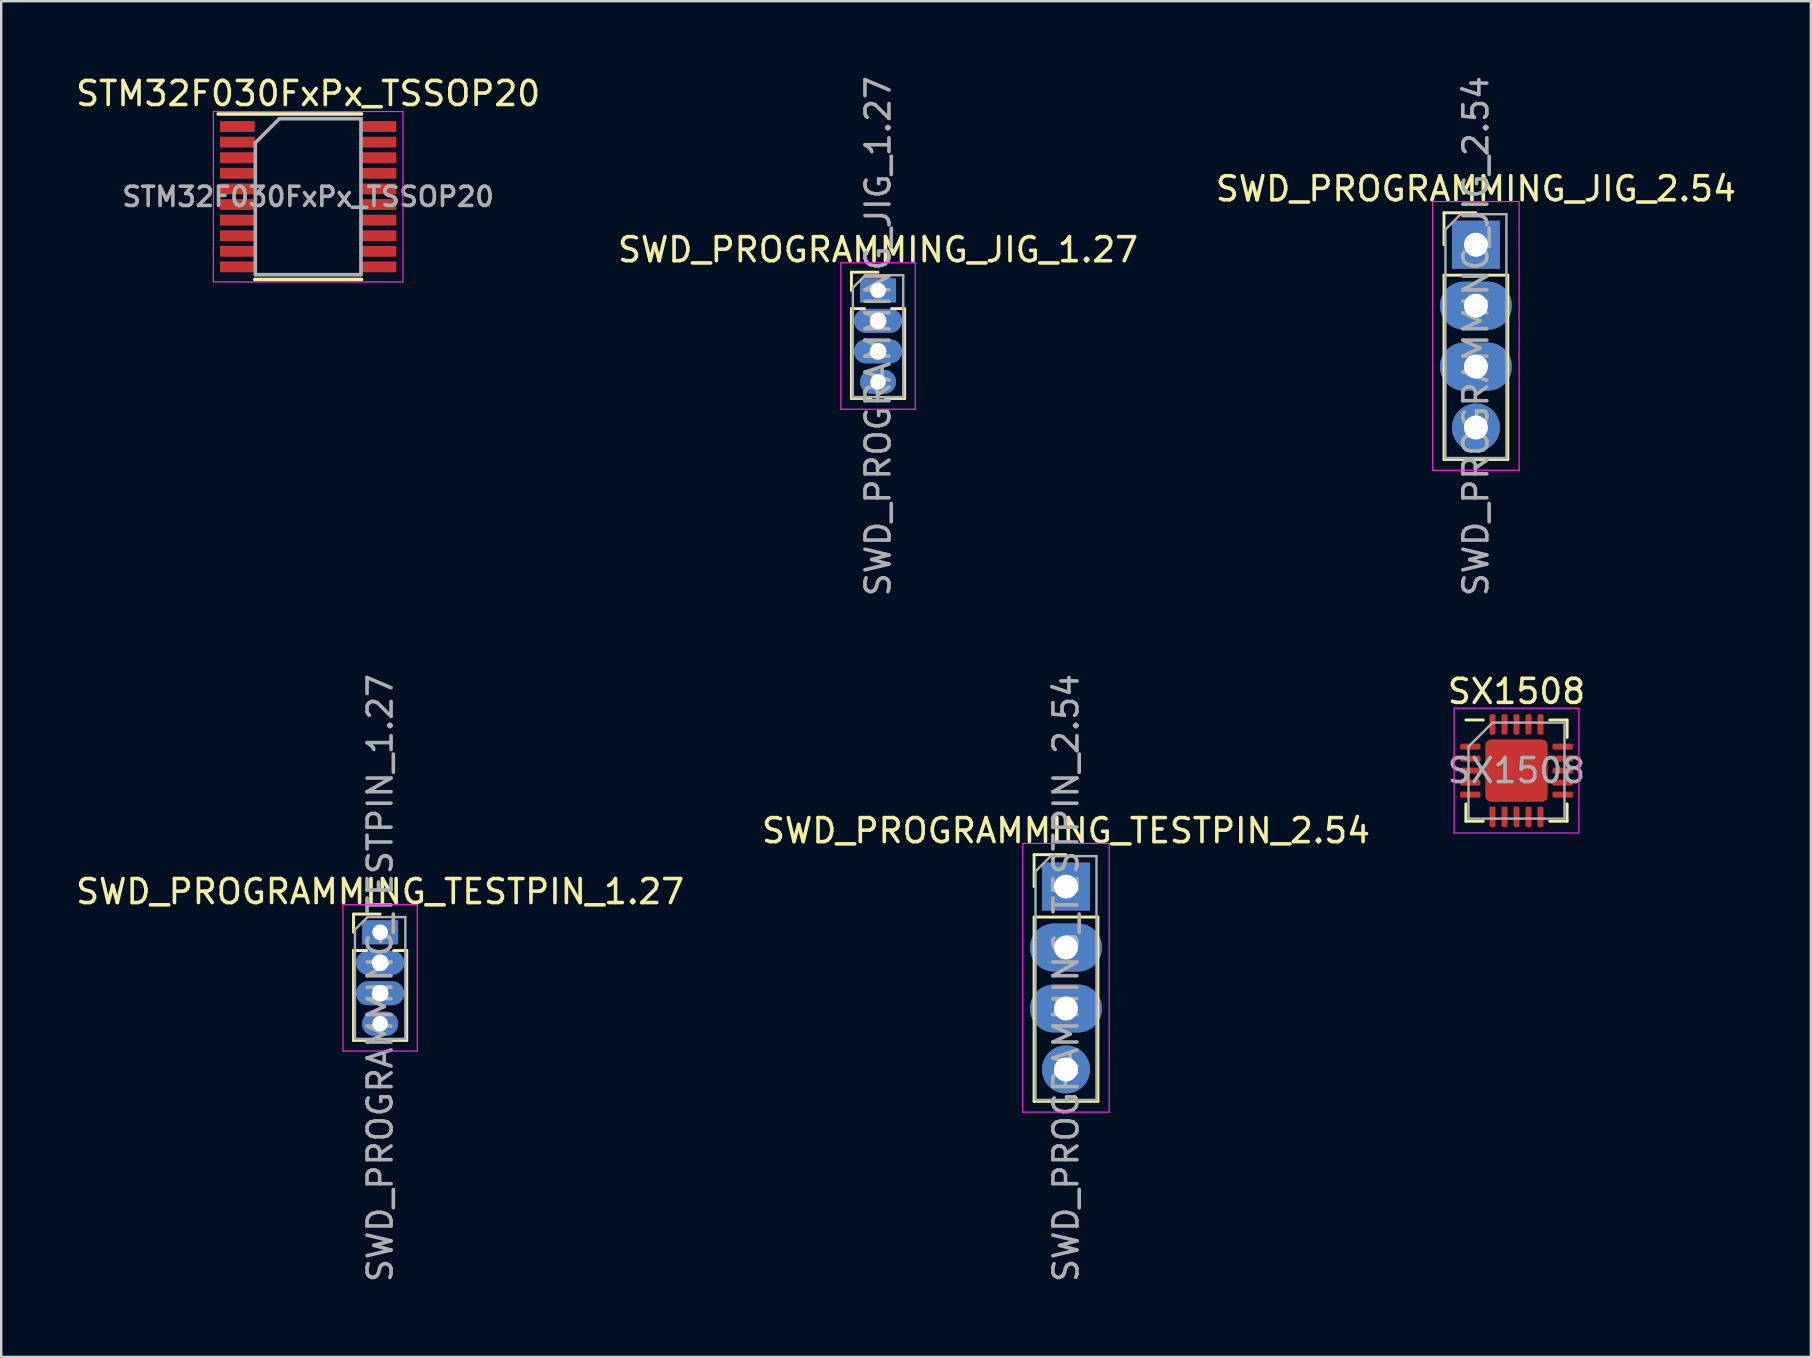
<source format=kicad_pcb>
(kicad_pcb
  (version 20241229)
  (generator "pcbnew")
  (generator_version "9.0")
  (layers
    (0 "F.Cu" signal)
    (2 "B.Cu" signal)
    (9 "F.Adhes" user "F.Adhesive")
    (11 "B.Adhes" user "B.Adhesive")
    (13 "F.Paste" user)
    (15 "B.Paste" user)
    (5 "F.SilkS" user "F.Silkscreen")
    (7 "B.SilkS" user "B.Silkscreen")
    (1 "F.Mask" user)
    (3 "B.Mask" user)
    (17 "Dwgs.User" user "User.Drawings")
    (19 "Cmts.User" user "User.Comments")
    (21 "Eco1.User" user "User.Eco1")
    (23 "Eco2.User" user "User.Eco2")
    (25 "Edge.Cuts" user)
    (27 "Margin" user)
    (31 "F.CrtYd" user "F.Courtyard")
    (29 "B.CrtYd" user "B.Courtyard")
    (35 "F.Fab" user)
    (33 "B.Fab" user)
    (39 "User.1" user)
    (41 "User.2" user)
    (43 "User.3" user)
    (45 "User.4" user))
  (footprint "SWD_PROGRAMMING_JIG_2.54"
    (layer "F.Cu")
    (at 58.458 7.148)
    (property "Reference" "SWD_PROGRAMMING_JIG_2.54" (at 0 -2.33 0) (layer "F.SilkS") (effects (font (size 1 1) (thickness 0.15))))
    (attr through_hole)
    (fp_line (start -1.33 -1.33) (end 0 -1.33) (stroke (width 0.12) (type solid)) (layer "F.SilkS"))
    (fp_line (start -1.33 0) (end -1.33 -1.33) (stroke (width 0.12) (type solid)) (layer "F.SilkS"))
    (fp_line (start -1.33 1.27) (end -1.33 8.95) (stroke (width 0.12) (type solid)) (layer "F.SilkS"))
    (fp_line (start -1.33 1.27) (end 1.33 1.27) (stroke (width 0.12) (type solid)) (layer "F.SilkS"))
    (fp_line (start -1.33 8.95) (end 1.33 8.95) (stroke (width 0.12) (type solid)) (layer "F.SilkS"))
    (fp_line (start 1.33 1.27) (end 1.33 8.95) (stroke (width 0.12) (type solid)) (layer "F.SilkS"))
    (fp_line (start -1.8 -1.8) (end -1.8 9.4) (stroke (width 0.05) (type solid)) (layer "F.CrtYd"))
    (fp_line (start -1.8 9.4) (end 1.8 9.4) (stroke (width 0.05) (type solid)) (layer "F.CrtYd"))
    (fp_line (start 1.8 -1.8) (end -1.8 -1.8) (stroke (width 0.05) (type solid)) (layer "F.CrtYd"))
    (fp_line (start 1.8 9.4) (end 1.8 -1.8) (stroke (width 0.05) (type solid)) (layer "F.CrtYd"))
    (fp_line (start -1.27 -0.635) (end -0.635 -1.27) (stroke (width 0.1) (type solid)) (layer "F.Fab"))
    (fp_line (start -1.27 8.89) (end -1.27 -0.635) (stroke (width 0.1) (type solid)) (layer "F.Fab"))
    (fp_line (start -0.635 -1.27) (end 1.27 -1.27) (stroke (width 0.1) (type solid)) (layer "F.Fab"))
    (fp_line (start 1.27 -1.27) (end 1.27 8.89) (stroke (width 0.1) (type solid)) (layer "F.Fab"))
    (fp_line (start 1.27 8.89) (end -1.27 8.89) (stroke (width 0.1) (type solid)) (layer "F.Fab"))
    (fp_text user "${REFERENCE}" (at 0 3.81 90) (layer "F.Fab") (effects (font (size 1 1) (thickness 0.15))))
    (pad "1" thru_hole rect (at 0 0) (size 2 2) (drill 1) (layers "*.Cu" "*.Mask"))
    (pad "2" thru_hole oval (at 0 2.54) (size 3 2) (drill 1) (layers "*.Cu" "*.Mask"))
    (pad "3" thru_hole oval (at 0 5.08) (size 3 2) (drill 1) (layers "*.Cu" "*.Mask"))
    (pad "4" thru_hole oval (at 0 7.62) (size 2 2) (drill 1) (layers "*.Cu" "*.Mask")))
  (footprint "SWD_PROGRAMMING_JIG_1.27"
    (layer "F.Cu")
    (at 33.542 9.053)
    (property "Reference" "SWD_PROGRAMMING_JIG_1.27" (at 0 -1.695 0) (layer "F.SilkS") (effects (font (size 1 1) (thickness 0.15))))
    (attr through_hole)
    (fp_line (start -1.11 -0.76) (end 0 -0.76) (stroke (width 0.12) (type solid)) (layer "F.SilkS"))
    (fp_line (start -1.11 0) (end -1.11 -0.76) (stroke (width 0.12) (type solid)) (layer "F.SilkS"))
    (fp_line (start -1.11 0.76) (end -1.11 4.505) (stroke (width 0.12) (type solid)) (layer "F.SilkS"))
    (fp_line (start -1.11 0.76) (end -0.563 0.76) (stroke (width 0.12) (type solid)) (layer "F.SilkS"))
    (fp_line (start -1.11 4.505) (end -0.308 4.505) (stroke (width 0.12) (type solid)) (layer "F.SilkS"))
    (fp_line (start 0.308 4.505) (end 1.11 4.505) (stroke (width 0.12) (type solid)) (layer "F.SilkS"))
    (fp_line (start 0.563 0.76) (end 1.11 0.76) (stroke (width 0.12) (type solid)) (layer "F.SilkS"))
    (fp_line (start 1.11 0.76) (end 1.11 4.505) (stroke (width 0.12) (type solid)) (layer "F.SilkS"))
    (fp_line (start -1.55 -1.15) (end -1.55 4.95) (stroke (width 0.05) (type solid)) (layer "F.CrtYd"))
    (fp_line (start -1.55 4.95) (end 1.55 4.95) (stroke (width 0.05) (type solid)) (layer "F.CrtYd"))
    (fp_line (start 1.55 -1.15) (end -1.55 -1.15) (stroke (width 0.05) (type solid)) (layer "F.CrtYd"))
    (fp_line (start 1.55 4.95) (end 1.55 -1.15) (stroke (width 0.05) (type solid)) (layer "F.CrtYd"))
    (fp_line (start -1.05 -0.11) (end -0.525 -0.635) (stroke (width 0.1) (type solid)) (layer "F.Fab"))
    (fp_line (start -1.05 4.445) (end -1.05 -0.11) (stroke (width 0.1) (type solid)) (layer "F.Fab"))
    (fp_line (start -0.525 -0.635) (end 1.05 -0.635) (stroke (width 0.1) (type solid)) (layer "F.Fab"))
    (fp_line (start 1.05 -0.635) (end 1.05 4.445) (stroke (width 0.1) (type solid)) (layer "F.Fab"))
    (fp_line (start 1.05 4.445) (end -1.05 4.445) (stroke (width 0.1) (type solid)) (layer "F.Fab"))
    (fp_text user "${REFERENCE}" (at 0 1.905 90) (layer "F.Fab") (effects (font (size 1 1) (thickness 0.15))))
    (pad "1" thru_hole rect (at 0 0) (size 1.5 1) (drill 0.65) (layers "*.Cu" "*.Mask"))
    (pad "2" thru_hole oval (at 0 1.27) (size 2 1) (drill 0.7) (layers "*.Cu" "*.Mask"))
    (pad "3" thru_hole oval (at 0 2.54) (size 2 1) (drill 0.7) (layers "*.Cu" "*.Mask"))
    (pad "4" thru_hole oval (at 0 3.81) (size 1.5 1) (drill 0.65) (layers "*.Cu" "*.Mask")))
  (footprint "SWD_PROGRAMMING_TESTPIN_2.54"
    (layer "F.Cu")
    (at 41.375 33.898)
    (property "Reference" "SWD_PROGRAMMING_TESTPIN_2.54" (at 0 -2.33 0) (layer "F.SilkS") (effects (font (size 1 1) (thickness 0.15))))
    (attr through_hole)
    (fp_line (start -1.33 -1.33) (end 0 -1.33) (stroke (width 0.12) (type solid)) (layer "F.SilkS"))
    (fp_line (start -1.33 0) (end -1.33 -1.33) (stroke (width 0.12) (type solid)) (layer "F.SilkS"))
    (fp_line (start -1.33 1.27) (end -1.33 8.95) (stroke (width 0.12) (type solid)) (layer "F.SilkS"))
    (fp_line (start -1.33 1.27) (end 1.33 1.27) (stroke (width 0.12) (type solid)) (layer "F.SilkS"))
    (fp_line (start -1.33 8.95) (end 1.33 8.95) (stroke (width 0.12) (type solid)) (layer "F.SilkS"))
    (fp_line (start 1.33 1.27) (end 1.33 8.95) (stroke (width 0.12) (type solid)) (layer "F.SilkS"))
    (fp_line (start -1.8 -1.8) (end -1.8 9.4) (stroke (width 0.05) (type solid)) (layer "F.CrtYd"))
    (fp_line (start -1.8 9.4) (end 1.8 9.4) (stroke (width 0.05) (type solid)) (layer "F.CrtYd"))
    (fp_line (start 1.8 -1.8) (end -1.8 -1.8) (stroke (width 0.05) (type solid)) (layer "F.CrtYd"))
    (fp_line (start 1.8 9.4) (end 1.8 -1.8) (stroke (width 0.05) (type solid)) (layer "F.CrtYd"))
    (fp_line (start -1.27 -0.635) (end -0.635 -1.27) (stroke (width 0.1) (type solid)) (layer "F.Fab"))
    (fp_line (start -1.27 8.89) (end -1.27 -0.635) (stroke (width 0.1) (type solid)) (layer "F.Fab"))
    (fp_line (start -0.635 -1.27) (end 1.27 -1.27) (stroke (width 0.1) (type solid)) (layer "F.Fab"))
    (fp_line (start 1.27 -1.27) (end 1.27 8.89) (stroke (width 0.1) (type solid)) (layer "F.Fab"))
    (fp_line (start 1.27 8.89) (end -1.27 8.89) (stroke (width 0.1) (type solid)) (layer "F.Fab"))
    (fp_text user "${REFERENCE}" (at 0 3.81 90) (layer "F.Fab") (effects (font (size 1 1) (thickness 0.15))))
    (pad "1" thru_hole rect (at 0 0) (size 2 2) (drill 1) (layers "*.Cu" "*.Mask"))
    (pad "2" thru_hole oval (at 0 2.54) (size 3 2) (drill 1) (layers "*.Cu" "*.Mask"))
    (pad "3" thru_hole oval (at 0 5.08) (size 3 2) (drill 1) (layers "*.Cu" "*.Mask"))
    (pad "4" thru_hole oval (at 0 7.62) (size 2 2) (drill 1) (layers "*.Cu" "*.Mask")))
  (footprint "SX1508"
    (layer "F.Cu")
    (at 60.149 29.065)
    (property "Reference" "SX1508" (at 0 -3.3 0) (layer "F.SilkS") (effects (font (size 1 1) (thickness 0.15))))
    (attr smd)
    (fp_line (start -2.11 2.11) (end -2.11 1.385) (stroke (width 0.12) (type solid)) (layer "F.SilkS"))
    (fp_line (start -1.385 -2.11) (end -2.11 -2.11) (stroke (width 0.12) (type solid)) (layer "F.SilkS"))
    (fp_line (start -1.385 2.11) (end -2.11 2.11) (stroke (width 0.12) (type solid)) (layer "F.SilkS"))
    (fp_line (start 1.385 -2.11) (end 2.11 -2.11) (stroke (width 0.12) (type solid)) (layer "F.SilkS"))
    (fp_line (start 1.385 2.11) (end 2.11 2.11) (stroke (width 0.12) (type solid)) (layer "F.SilkS"))
    (fp_line (start 2.11 -2.11) (end 2.11 -1.385) (stroke (width 0.12) (type solid)) (layer "F.SilkS"))
    (fp_line (start 2.11 2.11) (end 2.11 1.385) (stroke (width 0.12) (type solid)) (layer "F.SilkS"))
    (fp_line (start -2.6 -2.6) (end -2.6 2.6) (stroke (width 0.05) (type solid)) (layer "F.CrtYd"))
    (fp_line (start -2.6 2.6) (end 2.6 2.6) (stroke (width 0.05) (type solid)) (layer "F.CrtYd"))
    (fp_line (start 2.6 -2.6) (end -2.6 -2.6) (stroke (width 0.05) (type solid)) (layer "F.CrtYd"))
    (fp_line (start 2.6 2.6) (end 2.6 -2.6) (stroke (width 0.05) (type solid)) (layer "F.CrtYd"))
    (fp_line (start -2 -1) (end -1 -2) (stroke (width 0.1) (type solid)) (layer "F.Fab"))
    (fp_line (start -2 2) (end -2 -1) (stroke (width 0.1) (type solid)) (layer "F.Fab"))
    (fp_line (start -1 -2) (end 2 -2) (stroke (width 0.1) (type solid)) (layer "F.Fab"))
    (fp_line (start 2 -2) (end 2 2) (stroke (width 0.1) (type solid)) (layer "F.Fab"))
    (fp_line (start 2 2) (end -2 2) (stroke (width 0.1) (type solid)) (layer "F.Fab"))
    (fp_text user "${REFERENCE}" (at 0 0 0) (layer "F.Fab") (effects (font (size 1 1) (thickness 0.15))))
    (pad "" smd roundrect (at -0.65 -0.65) (size 1.05 1.05) (layers "F.Paste") (roundrect_rratio 0.238))
    (pad "" smd roundrect (at -0.65 0.65) (size 1.05 1.05) (layers "F.Paste") (roundrect_rratio 0.238))
    (pad "" smd roundrect (at 0.65 -0.65) (size 1.05 1.05) (layers "F.Paste") (roundrect_rratio 0.238))
    (pad "" smd roundrect (at 0.65 0.65) (size 1.05 1.05) (layers "F.Paste") (roundrect_rratio 0.238))
    (pad "1" smd roundrect (at -1.925 -1) (size 0.85 0.25) (layers "F.Cu" "F.Mask" "F.Paste") (roundrect_rratio 0.25))
    (pad "2" smd roundrect (at -1.925 -0.5) (size 0.85 0.25) (layers "F.Cu" "F.Mask" "F.Paste") (roundrect_rratio 0.25))
    (pad "3" smd roundrect (at -1.925 0) (size 0.85 0.25) (layers "F.Cu" "F.Mask" "F.Paste") (roundrect_rratio 0.25))
    (pad "4" smd roundrect (at -1.925 0.5) (size 0.85 0.25) (layers "F.Cu" "F.Mask" "F.Paste") (roundrect_rratio 0.25))
    (pad "5" smd roundrect (at -1.925 1) (size 0.85 0.25) (layers "F.Cu" "F.Mask" "F.Paste") (roundrect_rratio 0.25))
    (pad "6" smd roundrect (at -1 1.925) (size 0.25 0.85) (layers "F.Cu" "F.Mask" "F.Paste") (roundrect_rratio 0.25))
    (pad "7" smd roundrect (at -0.5 1.925) (size 0.25 0.85) (layers "F.Cu" "F.Mask" "F.Paste") (roundrect_rratio 0.25))
    (pad "8" smd roundrect (at 0 1.925) (size 0.25 0.85) (layers "F.Cu" "F.Mask" "F.Paste") (roundrect_rratio 0.25))
    (pad "9" smd roundrect (at 0.5 1.925) (size 0.25 0.85) (layers "F.Cu" "F.Mask" "F.Paste") (roundrect_rratio 0.25))
    (pad "10" smd roundrect (at 1 1.925) (size 0.25 0.85) (layers "F.Cu" "F.Mask" "F.Paste") (roundrect_rratio 0.25))
    (pad "11" smd roundrect (at 1.925 1) (size 0.85 0.25) (layers "F.Cu" "F.Mask" "F.Paste") (roundrect_rratio 0.25))
    (pad "12" smd roundrect (at 1.925 0.5) (size 0.85 0.25) (layers "F.Cu" "F.Mask" "F.Paste") (roundrect_rratio 0.25))
    (pad "13" smd roundrect (at 1.925 0) (size 0.85 0.25) (layers "F.Cu" "F.Mask" "F.Paste") (roundrect_rratio 0.25))
    (pad "14" smd roundrect (at 1.925 -0.5) (size 0.85 0.25) (layers "F.Cu" "F.Mask" "F.Paste") (roundrect_rratio 0.25))
    (pad "15" smd roundrect (at 1.925 -1) (size 0.85 0.25) (layers "F.Cu" "F.Mask" "F.Paste") (roundrect_rratio 0.25))
    (pad "16" smd roundrect (at 1 -1.925) (size 0.25 0.85) (layers "F.Cu" "F.Mask" "F.Paste") (roundrect_rratio 0.25))
    (pad "17" smd roundrect (at 0.5 -1.925) (size 0.25 0.85) (layers "F.Cu" "F.Mask" "F.Paste") (roundrect_rratio 0.25))
    (pad "18" smd roundrect (at 0 -1.925) (size 0.25 0.85) (layers "F.Cu" "F.Mask" "F.Paste") (roundrect_rratio 0.25))
    (pad "19" smd roundrect (at -0.5 -1.925) (size 0.25 0.85) (layers "F.Cu" "F.Mask" "F.Paste") (roundrect_rratio 0.25))
    (pad "20" smd roundrect (at -1 -1.925) (size 0.25 0.85) (layers "F.Cu" "F.Mask" "F.Paste") (roundrect_rratio 0.25))
    (pad "21" smd roundrect (at 0 0) (size 2.6 2.6) (layers "F.Cu" "F.Mask") (roundrect_rratio 0.096)))
  (footprint "STM32F030FxPx_TSSOP20"
    (layer "F.Cu")
    (at 9.792 5.148)
    (property "Reference" "STM32F030FxPx_TSSOP20" (at 0 -4.3 0) (layer "F.SilkS") (effects (font (size 1 1) (thickness 0.15))))
    (attr smd)
    (fp_line (start -3.75 -3.45) (end 2.225 -3.45) (stroke (width 0.15) (type solid)) (layer "F.SilkS"))
    (fp_line (start -2.225 3.45) (end 2.225 3.45) (stroke (width 0.15) (type solid)) (layer "F.SilkS"))
    (fp_line (start -3.95 -3.55) (end -3.95 3.55) (stroke (width 0.05) (type solid)) (layer "F.CrtYd"))
    (fp_line (start -3.95 -3.55) (end 3.95 -3.55) (stroke (width 0.05) (type solid)) (layer "F.CrtYd"))
    (fp_line (start -3.95 3.55) (end 3.95 3.55) (stroke (width 0.05) (type solid)) (layer "F.CrtYd"))
    (fp_line (start 3.95 -3.55) (end 3.95 3.55) (stroke (width 0.05) (type solid)) (layer "F.CrtYd"))
    (fp_line (start -2.2 -2.25) (end -1.2 -3.25) (stroke (width 0.15) (type solid)) (layer "F.Fab"))
    (fp_line (start -2.2 3.25) (end -2.2 -2.25) (stroke (width 0.15) (type solid)) (layer "F.Fab"))
    (fp_line (start -1.2 -3.25) (end 2.2 -3.25) (stroke (width 0.15) (type solid)) (layer "F.Fab"))
    (fp_line (start 2.2 -3.25) (end 2.2 3.25) (stroke (width 0.15) (type solid)) (layer "F.Fab"))
    (fp_line (start 2.2 3.25) (end -2.2 3.25) (stroke (width 0.15) (type solid)) (layer "F.Fab"))
    (fp_text user "${REFERENCE}" (at 0 0 0) (layer "F.Fab") (effects (font (size 0.8 0.8) (thickness 0.15))))
    (pad "1" smd rect (at -2.95 -2.925) (size 1.45 0.45) (layers "F.Cu" "F.Mask" "F.Paste"))
    (pad "2" smd rect (at -2.95 -2.275) (size 1.45 0.45) (layers "F.Cu" "F.Mask" "F.Paste"))
    (pad "3" smd rect (at -2.95 -1.625) (size 1.45 0.45) (layers "F.Cu" "F.Mask" "F.Paste"))
    (pad "4" smd rect (at -2.95 -0.975) (size 1.45 0.45) (layers "F.Cu" "F.Mask" "F.Paste"))
    (pad "5" smd rect (at -2.95 -0.325) (size 1.45 0.45) (layers "F.Cu" "F.Mask" "F.Paste"))
    (pad "6" smd rect (at -2.95 0.325) (size 1.45 0.45) (layers "F.Cu" "F.Mask" "F.Paste"))
    (pad "7" smd rect (at -2.95 0.975) (size 1.45 0.45) (layers "F.Cu" "F.Mask" "F.Paste"))
    (pad "8" smd rect (at -2.95 1.625) (size 1.45 0.45) (layers "F.Cu" "F.Mask" "F.Paste"))
    (pad "9" smd rect (at -2.95 2.275) (size 1.45 0.45) (layers "F.Cu" "F.Mask" "F.Paste"))
    (pad "10" smd rect (at -2.95 2.925) (size 1.45 0.45) (layers "F.Cu" "F.Mask" "F.Paste"))
    (pad "11" smd rect (at 2.95 2.925) (size 1.45 0.45) (layers "F.Cu" "F.Mask" "F.Paste"))
    (pad "12" smd rect (at 2.95 2.275) (size 1.45 0.45) (layers "F.Cu" "F.Mask" "F.Paste"))
    (pad "13" smd rect (at 2.95 1.625) (size 1.45 0.45) (layers "F.Cu" "F.Mask" "F.Paste"))
    (pad "14" smd rect (at 2.95 0.975) (size 1.45 0.45) (layers "F.Cu" "F.Mask" "F.Paste"))
    (pad "15" smd rect (at 2.95 0.325) (size 1.45 0.45) (layers "F.Cu" "F.Mask" "F.Paste"))
    (pad "16" smd rect (at 2.95 -0.325) (size 1.45 0.45) (layers "F.Cu" "F.Mask" "F.Paste"))
    (pad "17" smd rect (at 2.95 -0.975) (size 1.45 0.45) (layers "F.Cu" "F.Mask" "F.Paste"))
    (pad "18" smd rect (at 2.95 -1.625) (size 1.45 0.45) (layers "F.Cu" "F.Mask" "F.Paste"))
    (pad "19" smd rect (at 2.95 -2.275) (size 1.45 0.45) (layers "F.Cu" "F.Mask" "F.Paste"))
    (pad "20" smd rect (at 2.95 -2.925) (size 1.45 0.45) (layers "F.Cu" "F.Mask" "F.Paste")))
  (footprint "SWD_PROGRAMMING_TESTPIN_1.27"
    (layer "F.Cu")
    (at 12.792 35.803)
    (property "Reference" "SWD_PROGRAMMING_TESTPIN_1.27" (at 0 -1.695 0) (layer "F.SilkS") (effects (font (size 1 1) (thickness 0.15))))
    (attr through_hole)
    (fp_line (start -1.11 -0.76) (end 0 -0.76) (stroke (width 0.12) (type solid)) (layer "F.SilkS"))
    (fp_line (start -1.11 0) (end -1.11 -0.76) (stroke (width 0.12) (type solid)) (layer "F.SilkS"))
    (fp_line (start -1.11 0.76) (end -1.11 4.505) (stroke (width 0.12) (type solid)) (layer "F.SilkS"))
    (fp_line (start -1.11 0.76) (end -0.563 0.76) (stroke (width 0.12) (type solid)) (layer "F.SilkS"))
    (fp_line (start -1.11 4.505) (end -0.308 4.505) (stroke (width 0.12) (type solid)) (layer "F.SilkS"))
    (fp_line (start 0.308 4.505) (end 1.11 4.505) (stroke (width 0.12) (type solid)) (layer "F.SilkS"))
    (fp_line (start 0.563 0.76) (end 1.11 0.76) (stroke (width 0.12) (type solid)) (layer "F.SilkS"))
    (fp_line (start 1.11 0.76) (end 1.11 4.505) (stroke (width 0.12) (type solid)) (layer "F.SilkS"))
    (fp_line (start -1.55 -1.15) (end -1.55 4.95) (stroke (width 0.05) (type solid)) (layer "F.CrtYd"))
    (fp_line (start -1.55 4.95) (end 1.55 4.95) (stroke (width 0.05) (type solid)) (layer "F.CrtYd"))
    (fp_line (start 1.55 -1.15) (end -1.55 -1.15) (stroke (width 0.05) (type solid)) (layer "F.CrtYd"))
    (fp_line (start 1.55 4.95) (end 1.55 -1.15) (stroke (width 0.05) (type solid)) (layer "F.CrtYd"))
    (fp_line (start -1.05 -0.11) (end -0.525 -0.635) (stroke (width 0.1) (type solid)) (layer "F.Fab"))
    (fp_line (start -1.05 4.445) (end -1.05 -0.11) (stroke (width 0.1) (type solid)) (layer "F.Fab"))
    (fp_line (start -0.525 -0.635) (end 1.05 -0.635) (stroke (width 0.1) (type solid)) (layer "F.Fab"))
    (fp_line (start 1.05 -0.635) (end 1.05 4.445) (stroke (width 0.1) (type solid)) (layer "F.Fab"))
    (fp_line (start 1.05 4.445) (end -1.05 4.445) (stroke (width 0.1) (type solid)) (layer "F.Fab"))
    (fp_text user "${REFERENCE}" (at 0 1.905 90) (layer "F.Fab") (effects (font (size 1 1) (thickness 0.15))))
    (pad "1" thru_hole rect (at 0 0) (size 1.5 1) (drill 0.65) (layers "*.Cu" "*.Mask"))
    (pad "2" thru_hole oval (at 0 1.27) (size 2 1) (drill 0.7) (layers "*.Cu" "*.Mask"))
    (pad "3" thru_hole oval (at 0 2.54) (size 2 1) (drill 0.7) (layers "*.Cu" "*.Mask"))
    (pad "4" thru_hole oval (at 0 3.81) (size 1.5 1) (drill 0.65) (layers "*.Cu" "*.Mask")))
  (gr_rect
    (start -3 -3)
    (end 72.417 53.5)
    (stroke (width 0.1) (type default))
    (fill no)
    (layer "Edge.Cuts")))
</source>
